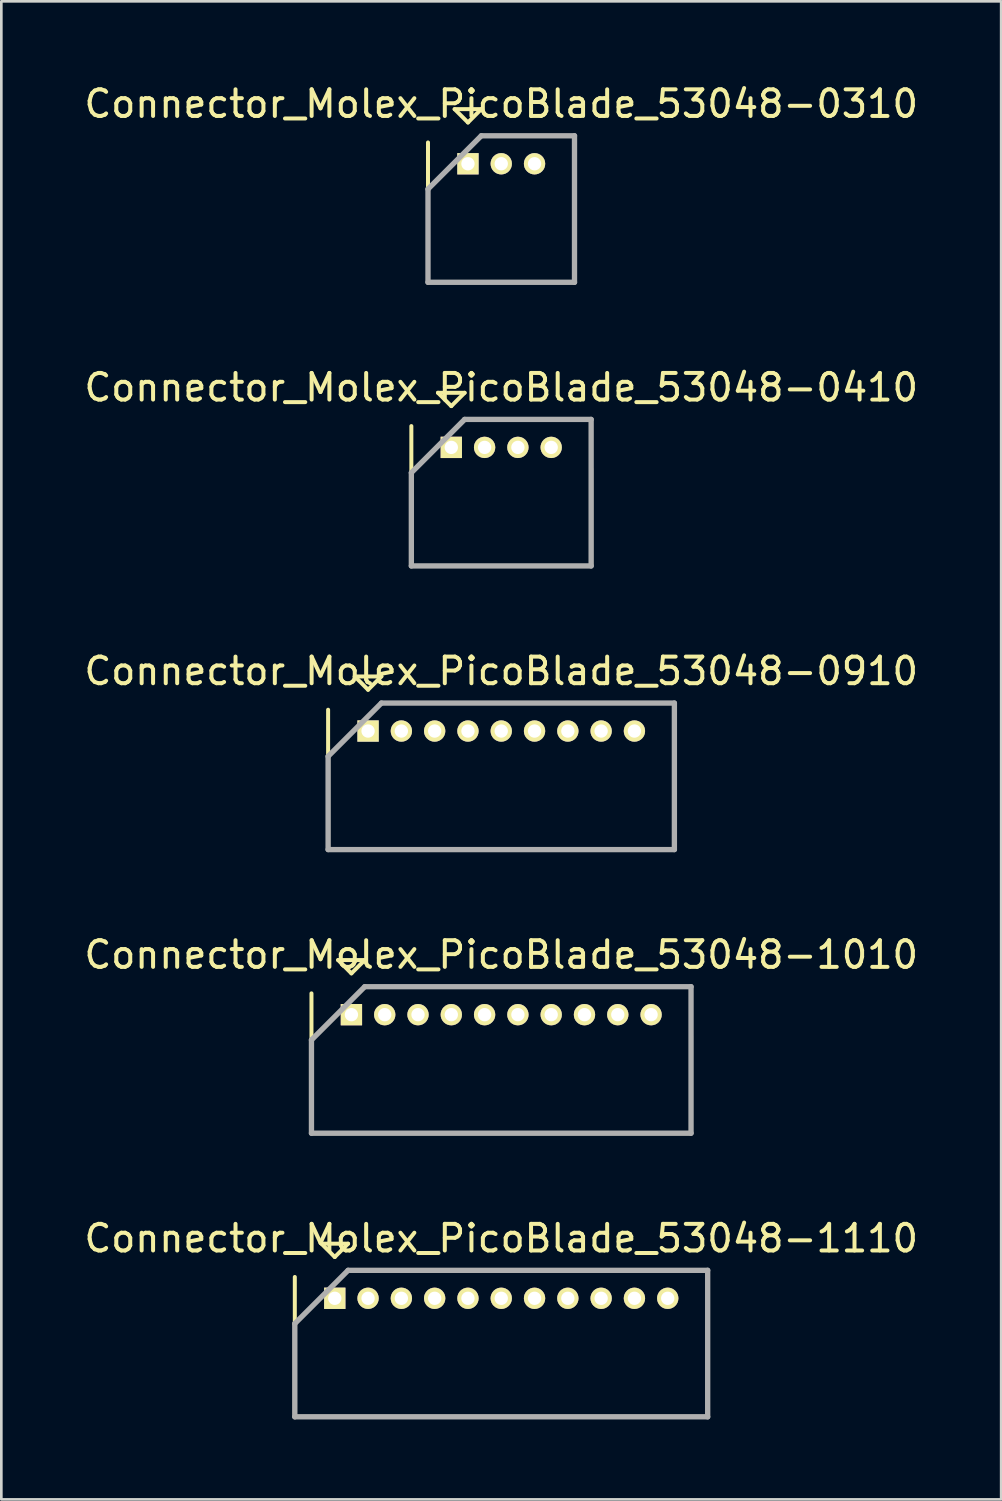
<source format=kicad_pcb>
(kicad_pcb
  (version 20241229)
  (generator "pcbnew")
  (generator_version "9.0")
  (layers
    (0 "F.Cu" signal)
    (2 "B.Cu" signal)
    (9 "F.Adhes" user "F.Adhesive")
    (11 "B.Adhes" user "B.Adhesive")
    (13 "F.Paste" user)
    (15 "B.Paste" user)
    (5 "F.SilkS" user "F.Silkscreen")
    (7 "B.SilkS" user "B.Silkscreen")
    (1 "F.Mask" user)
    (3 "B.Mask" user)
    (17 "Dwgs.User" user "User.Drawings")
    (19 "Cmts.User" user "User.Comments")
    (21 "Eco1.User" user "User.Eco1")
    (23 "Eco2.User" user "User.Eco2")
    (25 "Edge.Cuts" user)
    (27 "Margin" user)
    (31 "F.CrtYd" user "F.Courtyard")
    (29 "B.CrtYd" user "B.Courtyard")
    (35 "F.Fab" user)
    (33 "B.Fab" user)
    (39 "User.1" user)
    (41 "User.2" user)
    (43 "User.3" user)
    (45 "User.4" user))
  (footprint "Connector_Molex_PicoBlade_53048-1110"
    (layer "F.Cu")
    (at 9.518 45.691)
    (property "Reference" "Connector_Molex_PicoBlade_53048-1110" (at 6.25 -2.25 0) (layer "F.SilkS") (effects (font (size 1 1) (thickness 0.15))))
    (attr through_hole)
    (fp_line (start -1.5 -0.8) (end -1.5 4.45) (stroke (width 0.15) (type solid)) (layer "F.SilkS"))
    (fp_line (start -1.5 4.45) (end 14 4.45) (stroke (width 0.15) (type solid)) (layer "F.SilkS"))
    (fp_line (start -0.5 -2.05) (end 0.5 -2.05) (stroke (width 0.15) (type solid)) (layer "F.SilkS"))
    (fp_line (start 0 -1.55) (end -0.5 -2.05) (stroke (width 0.15) (type solid)) (layer "F.SilkS"))
    (fp_line (start 0.5 -2.05) (end 0 -1.55) (stroke (width 0.15) (type solid)) (layer "F.SilkS"))
    (fp_line (start 14 4.45) (end 14 0.8) (stroke (width 0.15) (type solid)) (layer "F.SilkS"))
    (fp_line (start -1.5 0.95) (end -1.5 4.45) (stroke (width 0.2) (type solid)) (layer "F.Fab"))
    (fp_line (start -1.5 4.45) (end 14 4.45) (stroke (width 0.2) (type solid)) (layer "F.Fab"))
    (fp_line (start 0.5 -1.05) (end -1.5 0.95) (stroke (width 0.2) (type solid)) (layer "F.Fab"))
    (fp_line (start 14 -1.05) (end 0.5 -1.05) (stroke (width 0.2) (type solid)) (layer "F.Fab"))
    (fp_line (start 14 4.45) (end 14 -1.05) (stroke (width 0.2) (type solid)) (layer "F.Fab"))
    (pad "1" thru_hole rect (at 0 0) (size 0.8 0.8) (drill 0.5) (layers "*.Cu" "*.Mask" "F.SilkS"))
    (pad "2" thru_hole oval (at 1.25 0) (size 0.8 0.8) (drill 0.5) (layers "*.Cu" "*.Mask" "F.SilkS"))
    (pad "3" thru_hole oval (at 2.5 0) (size 0.8 0.8) (drill 0.5) (layers "*.Cu" "*.Mask" "F.SilkS"))
    (pad "4" thru_hole oval (at 3.75 0) (size 0.8 0.8) (drill 0.5) (layers "*.Cu" "*.Mask" "F.SilkS"))
    (pad "5" thru_hole oval (at 5 0) (size 0.8 0.8) (drill 0.5) (layers "*.Cu" "*.Mask" "F.SilkS"))
    (pad "6" thru_hole oval (at 6.25 0) (size 0.8 0.8) (drill 0.5) (layers "*.Cu" "*.Mask" "F.SilkS"))
    (pad "7" thru_hole oval (at 7.5 0) (size 0.8 0.8) (drill 0.5) (layers "*.Cu" "*.Mask" "F.SilkS"))
    (pad "8" thru_hole oval (at 8.75 0) (size 0.8 0.8) (drill 0.5) (layers "*.Cu" "*.Mask" "F.SilkS"))
    (pad "9" thru_hole oval (at 10 0) (size 0.8 0.8) (drill 0.5) (layers "*.Cu" "*.Mask" "F.SilkS"))
    (pad "10" thru_hole oval (at 11.25 0) (size 0.8 0.8) (drill 0.5) (layers "*.Cu" "*.Mask" "F.SilkS"))
    (pad "11" thru_hole oval (at 12.5 0) (size 0.8 0.8) (drill 0.5) (layers "*.Cu" "*.Mask" "F.SilkS")))
  (footprint "Connector_Molex_PicoBlade_53048-0310"
    (layer "F.Cu")
    (at 14.518 3.098)
    (property "Reference" "Connector_Molex_PicoBlade_53048-0310" (at 1.25 -2.25 0) (layer "F.SilkS") (effects (font (size 1 1) (thickness 0.15))))
    (attr through_hole)
    (fp_line (start -1.5 -0.8) (end -1.5 4.45) (stroke (width 0.15) (type solid)) (layer "F.SilkS"))
    (fp_line (start -1.5 4.45) (end 4 4.45) (stroke (width 0.15) (type solid)) (layer "F.SilkS"))
    (fp_line (start -0.5 -2.05) (end 0.5 -2.05) (stroke (width 0.15) (type solid)) (layer "F.SilkS"))
    (fp_line (start 0 -1.55) (end -0.5 -2.05) (stroke (width 0.15) (type solid)) (layer "F.SilkS"))
    (fp_line (start 0.5 -2.05) (end 0 -1.55) (stroke (width 0.15) (type solid)) (layer "F.SilkS"))
    (fp_line (start 4 4.45) (end 4 0.8) (stroke (width 0.15) (type solid)) (layer "F.SilkS"))
    (fp_line (start -1.5 0.95) (end -1.5 4.45) (stroke (width 0.2) (type solid)) (layer "F.Fab"))
    (fp_line (start -1.5 4.45) (end 4 4.45) (stroke (width 0.2) (type solid)) (layer "F.Fab"))
    (fp_line (start 0.5 -1.05) (end -1.5 0.95) (stroke (width 0.2) (type solid)) (layer "F.Fab"))
    (fp_line (start 4 -1.05) (end 0.5 -1.05) (stroke (width 0.2) (type solid)) (layer "F.Fab"))
    (fp_line (start 4 4.45) (end 4 -1.05) (stroke (width 0.2) (type solid)) (layer "F.Fab"))
    (pad "1" thru_hole rect (at 0 0) (size 0.8 0.8) (drill 0.5) (layers "*.Cu" "*.Mask" "F.SilkS"))
    (pad "2" thru_hole oval (at 1.25 0) (size 0.8 0.8) (drill 0.5) (layers "*.Cu" "*.Mask" "F.SilkS"))
    (pad "3" thru_hole oval (at 2.5 0) (size 0.8 0.8) (drill 0.5) (layers "*.Cu" "*.Mask" "F.SilkS")))
  (footprint "Connector_Molex_PicoBlade_53048-0410"
    (layer "F.Cu")
    (at 13.893 13.746)
    (property "Reference" "Connector_Molex_PicoBlade_53048-0410" (at 1.875 -2.25 0) (layer "F.SilkS") (effects (font (size 1 1) (thickness 0.15))))
    (attr through_hole)
    (fp_line (start -1.5 -0.8) (end -1.5 4.45) (stroke (width 0.15) (type solid)) (layer "F.SilkS"))
    (fp_line (start -1.5 4.45) (end 5.25 4.45) (stroke (width 0.15) (type solid)) (layer "F.SilkS"))
    (fp_line (start -0.5 -2.05) (end 0.5 -2.05) (stroke (width 0.15) (type solid)) (layer "F.SilkS"))
    (fp_line (start 0 -1.55) (end -0.5 -2.05) (stroke (width 0.15) (type solid)) (layer "F.SilkS"))
    (fp_line (start 0.5 -2.05) (end 0 -1.55) (stroke (width 0.15) (type solid)) (layer "F.SilkS"))
    (fp_line (start 5.25 4.45) (end 5.25 0.8) (stroke (width 0.15) (type solid)) (layer "F.SilkS"))
    (fp_line (start -1.5 0.95) (end -1.5 4.45) (stroke (width 0.2) (type solid)) (layer "F.Fab"))
    (fp_line (start -1.5 4.45) (end 5.25 4.45) (stroke (width 0.2) (type solid)) (layer "F.Fab"))
    (fp_line (start 0.5 -1.05) (end -1.5 0.95) (stroke (width 0.2) (type solid)) (layer "F.Fab"))
    (fp_line (start 5.25 -1.05) (end 0.5 -1.05) (stroke (width 0.2) (type solid)) (layer "F.Fab"))
    (fp_line (start 5.25 4.45) (end 5.25 -1.05) (stroke (width 0.2) (type solid)) (layer "F.Fab"))
    (pad "1" thru_hole rect (at 0 0) (size 0.8 0.8) (drill 0.5) (layers "*.Cu" "*.Mask" "F.SilkS"))
    (pad "2" thru_hole oval (at 1.25 0) (size 0.8 0.8) (drill 0.5) (layers "*.Cu" "*.Mask" "F.SilkS"))
    (pad "3" thru_hole oval (at 2.5 0) (size 0.8 0.8) (drill 0.5) (layers "*.Cu" "*.Mask" "F.SilkS"))
    (pad "4" thru_hole oval (at 3.75 0) (size 0.8 0.8) (drill 0.5) (layers "*.Cu" "*.Mask" "F.SilkS")))
  (footprint "Connector_Molex_PicoBlade_53048-0910"
    (layer "F.Cu")
    (at 10.768 24.395)
    (property "Reference" "Connector_Molex_PicoBlade_53048-0910" (at 5 -2.25 0) (layer "F.SilkS") (effects (font (size 1 1) (thickness 0.15))))
    (attr through_hole)
    (fp_line (start -1.5 -0.8) (end -1.5 4.45) (stroke (width 0.15) (type solid)) (layer "F.SilkS"))
    (fp_line (start -1.5 4.45) (end 11.5 4.45) (stroke (width 0.15) (type solid)) (layer "F.SilkS"))
    (fp_line (start -0.5 -2.05) (end 0.5 -2.05) (stroke (width 0.15) (type solid)) (layer "F.SilkS"))
    (fp_line (start 0 -1.55) (end -0.5 -2.05) (stroke (width 0.15) (type solid)) (layer "F.SilkS"))
    (fp_line (start 0.5 -2.05) (end 0 -1.55) (stroke (width 0.15) (type solid)) (layer "F.SilkS"))
    (fp_line (start 11.5 4.45) (end 11.5 0.8) (stroke (width 0.15) (type solid)) (layer "F.SilkS"))
    (fp_line (start -1.5 0.95) (end -1.5 4.45) (stroke (width 0.2) (type solid)) (layer "F.Fab"))
    (fp_line (start -1.5 4.45) (end 11.5 4.45) (stroke (width 0.2) (type solid)) (layer "F.Fab"))
    (fp_line (start 0.5 -1.05) (end -1.5 0.95) (stroke (width 0.2) (type solid)) (layer "F.Fab"))
    (fp_line (start 11.5 -1.05) (end 0.5 -1.05) (stroke (width 0.2) (type solid)) (layer "F.Fab"))
    (fp_line (start 11.5 4.45) (end 11.5 -1.05) (stroke (width 0.2) (type solid)) (layer "F.Fab"))
    (pad "1" thru_hole rect (at 0 0) (size 0.8 0.8) (drill 0.5) (layers "*.Cu" "*.Mask" "F.SilkS"))
    (pad "2" thru_hole oval (at 1.25 0) (size 0.8 0.8) (drill 0.5) (layers "*.Cu" "*.Mask" "F.SilkS"))
    (pad "3" thru_hole oval (at 2.5 0) (size 0.8 0.8) (drill 0.5) (layers "*.Cu" "*.Mask" "F.SilkS"))
    (pad "4" thru_hole oval (at 3.75 0) (size 0.8 0.8) (drill 0.5) (layers "*.Cu" "*.Mask" "F.SilkS"))
    (pad "5" thru_hole oval (at 5 0) (size 0.8 0.8) (drill 0.5) (layers "*.Cu" "*.Mask" "F.SilkS"))
    (pad "6" thru_hole oval (at 6.25 0) (size 0.8 0.8) (drill 0.5) (layers "*.Cu" "*.Mask" "F.SilkS"))
    (pad "7" thru_hole oval (at 7.5 0) (size 0.8 0.8) (drill 0.5) (layers "*.Cu" "*.Mask" "F.SilkS"))
    (pad "8" thru_hole oval (at 8.75 0) (size 0.8 0.8) (drill 0.5) (layers "*.Cu" "*.Mask" "F.SilkS"))
    (pad "9" thru_hole oval (at 10 0) (size 0.8 0.8) (drill 0.5) (layers "*.Cu" "*.Mask" "F.SilkS")))
  (footprint "Connector_Molex_PicoBlade_53048-1010"
    (layer "F.Cu")
    (at 10.143 35.043)
    (property "Reference" "Connector_Molex_PicoBlade_53048-1010" (at 5.625 -2.25 0) (layer "F.SilkS") (effects (font (size 1 1) (thickness 0.15))))
    (attr through_hole)
    (fp_line (start -1.5 -0.8) (end -1.5 4.45) (stroke (width 0.15) (type solid)) (layer "F.SilkS"))
    (fp_line (start -1.5 4.45) (end 12.75 4.45) (stroke (width 0.15) (type solid)) (layer "F.SilkS"))
    (fp_line (start -0.5 -2.05) (end 0.5 -2.05) (stroke (width 0.15) (type solid)) (layer "F.SilkS"))
    (fp_line (start 0 -1.55) (end -0.5 -2.05) (stroke (width 0.15) (type solid)) (layer "F.SilkS"))
    (fp_line (start 0.5 -2.05) (end 0 -1.55) (stroke (width 0.15) (type solid)) (layer "F.SilkS"))
    (fp_line (start 12.75 4.45) (end 12.75 0.8) (stroke (width 0.15) (type solid)) (layer "F.SilkS"))
    (fp_line (start -1.5 0.95) (end -1.5 4.45) (stroke (width 0.2) (type solid)) (layer "F.Fab"))
    (fp_line (start -1.5 4.45) (end 12.75 4.45) (stroke (width 0.2) (type solid)) (layer "F.Fab"))
    (fp_line (start 0.5 -1.05) (end -1.5 0.95) (stroke (width 0.2) (type solid)) (layer "F.Fab"))
    (fp_line (start 12.75 -1.05) (end 0.5 -1.05) (stroke (width 0.2) (type solid)) (layer "F.Fab"))
    (fp_line (start 12.75 4.45) (end 12.75 -1.05) (stroke (width 0.2) (type solid)) (layer "F.Fab"))
    (pad "1" thru_hole rect (at 0 0) (size 0.8 0.8) (drill 0.5) (layers "*.Cu" "*.Mask" "F.SilkS"))
    (pad "2" thru_hole oval (at 1.25 0) (size 0.8 0.8) (drill 0.5) (layers "*.Cu" "*.Mask" "F.SilkS"))
    (pad "3" thru_hole oval (at 2.5 0) (size 0.8 0.8) (drill 0.5) (layers "*.Cu" "*.Mask" "F.SilkS"))
    (pad "4" thru_hole oval (at 3.75 0) (size 0.8 0.8) (drill 0.5) (layers "*.Cu" "*.Mask" "F.SilkS"))
    (pad "5" thru_hole oval (at 5 0) (size 0.8 0.8) (drill 0.5) (layers "*.Cu" "*.Mask" "F.SilkS"))
    (pad "6" thru_hole oval (at 6.25 0) (size 0.8 0.8) (drill 0.5) (layers "*.Cu" "*.Mask" "F.SilkS"))
    (pad "7" thru_hole oval (at 7.5 0) (size 0.8 0.8) (drill 0.5) (layers "*.Cu" "*.Mask" "F.SilkS"))
    (pad "8" thru_hole oval (at 8.75 0) (size 0.8 0.8) (drill 0.5) (layers "*.Cu" "*.Mask" "F.SilkS"))
    (pad "9" thru_hole oval (at 10 0) (size 0.8 0.8) (drill 0.5) (layers "*.Cu" "*.Mask" "F.SilkS"))
    (pad "10" thru_hole oval (at 11.25 0) (size 0.8 0.8) (drill 0.5) (layers "*.Cu" "*.Mask" "F.SilkS")))
  (gr_rect
    (start -3 -3)
    (end 34.536 53.241)
    (stroke (width 0.1) (type default))
    (fill no)
    (layer "Edge.Cuts")))
</source>
